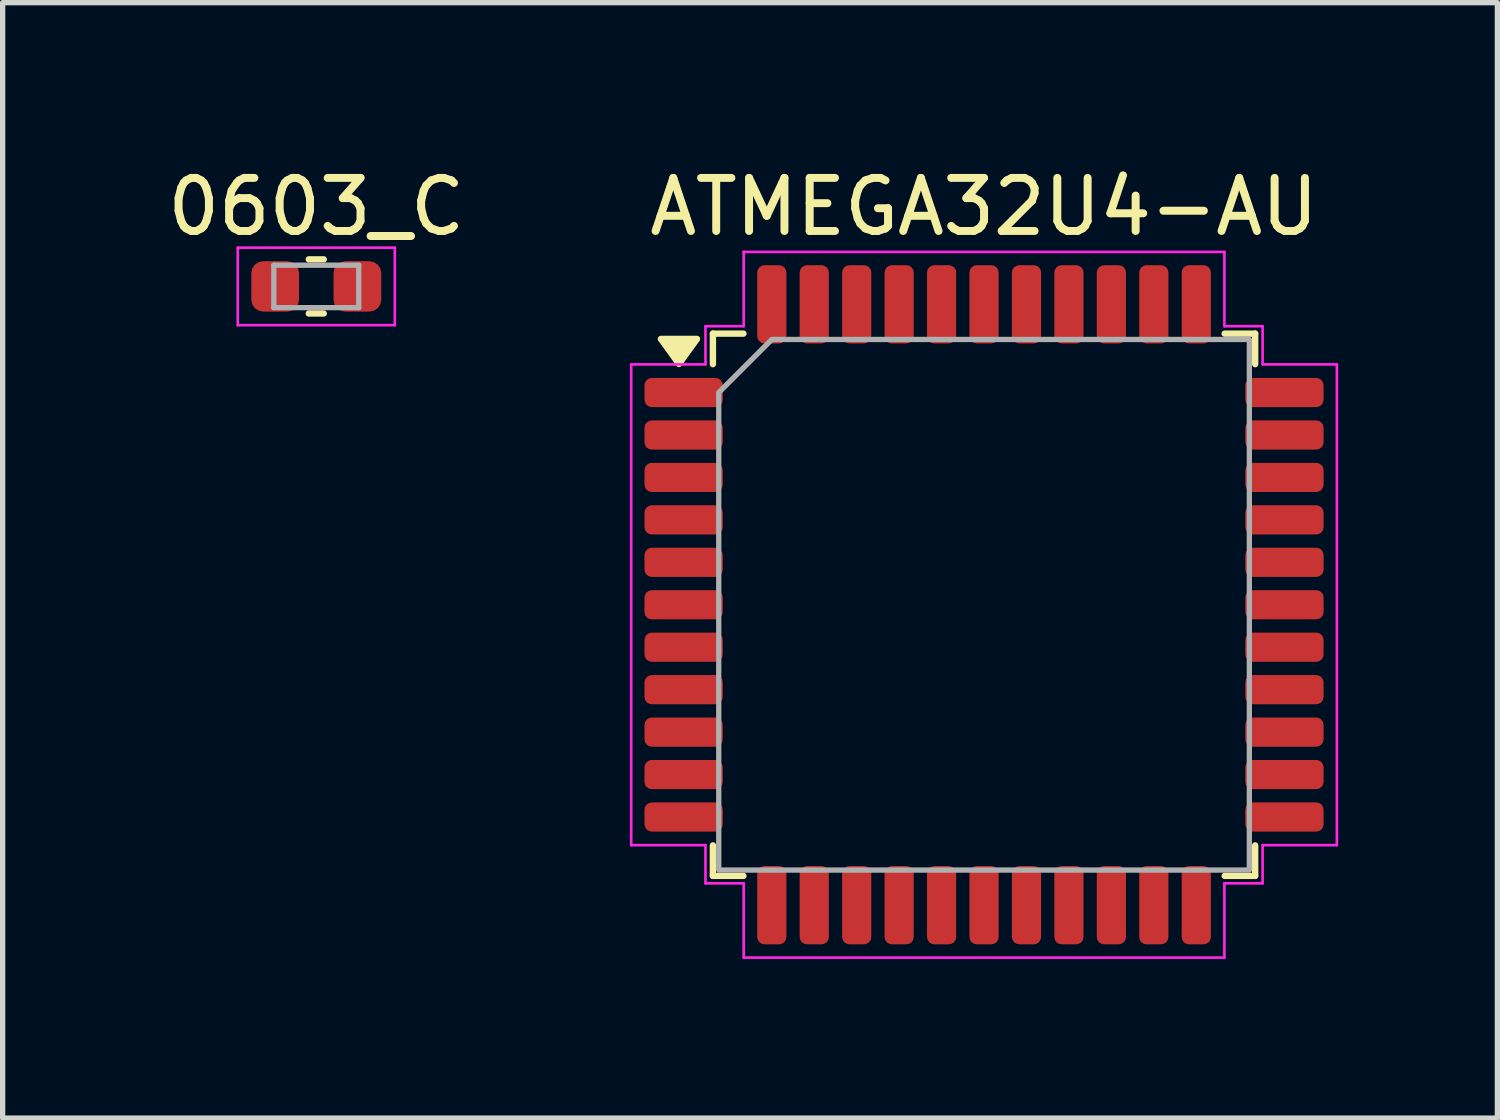
<source format=kicad_pcb>
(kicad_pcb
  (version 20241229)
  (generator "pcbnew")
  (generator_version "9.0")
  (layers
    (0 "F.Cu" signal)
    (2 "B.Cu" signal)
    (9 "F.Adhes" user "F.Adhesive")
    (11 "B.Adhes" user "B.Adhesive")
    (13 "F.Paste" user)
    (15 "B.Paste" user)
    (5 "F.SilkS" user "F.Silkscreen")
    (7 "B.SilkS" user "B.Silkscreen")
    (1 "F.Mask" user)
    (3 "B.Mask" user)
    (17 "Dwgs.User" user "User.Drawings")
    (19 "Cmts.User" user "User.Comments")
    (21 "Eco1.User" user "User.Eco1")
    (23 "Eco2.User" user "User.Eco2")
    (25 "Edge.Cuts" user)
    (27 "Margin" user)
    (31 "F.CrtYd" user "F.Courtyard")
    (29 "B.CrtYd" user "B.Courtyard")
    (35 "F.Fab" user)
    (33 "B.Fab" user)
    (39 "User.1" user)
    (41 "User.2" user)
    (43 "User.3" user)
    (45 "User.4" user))
  (footprint "ATMEGA32U4-AU"
    (layer "F.Cu")
    (at 15.496 8.348)
    (property "Reference" "ATMEGA32U4-AU" (at 0 -7.5 0) (layer "F.SilkS") (effects (font (size 1 1) (thickness 0.15))))
    (attr smd)
    (fp_line (start -5.11 -5.11) (end -4.535 -5.11) (stroke (width 0.12) (type solid)) (layer "F.SilkS"))
    (fp_line (start -5.11 -4.535) (end -5.11 -5.11) (stroke (width 0.12) (type solid)) (layer "F.SilkS"))
    (fp_line (start -5.11 5.11) (end -5.11 4.535) (stroke (width 0.12) (type solid)) (layer "F.SilkS"))
    (fp_line (start -4.535 5.11) (end -5.11 5.11) (stroke (width 0.12) (type solid)) (layer "F.SilkS"))
    (fp_line (start 4.535 -5.11) (end 5.11 -5.11) (stroke (width 0.12) (type solid)) (layer "F.SilkS"))
    (fp_line (start 5.11 -5.11) (end 5.11 -4.535) (stroke (width 0.12) (type solid)) (layer "F.SilkS"))
    (fp_line (start 5.11 4.535) (end 5.11 5.11) (stroke (width 0.12) (type solid)) (layer "F.SilkS"))
    (fp_line (start 5.11 5.11) (end 4.535 5.11) (stroke (width 0.12) (type solid)) (layer "F.SilkS"))
    (fp_poly (pts (xy -5.75 -4.54) (xy -6.09 -5.01) (xy -5.41 -5.01)) (stroke (width 0.12) (type solid)) (fill yes) (layer "F.SilkS"))
    (fp_line (start -6.65 -4.53) (end -5.25 -4.53) (stroke (width 0.05) (type solid)) (layer "F.CrtYd"))
    (fp_line (start -6.65 4.53) (end -6.65 -4.53) (stroke (width 0.05) (type solid)) (layer "F.CrtYd"))
    (fp_line (start -5.25 -5.25) (end -4.53 -5.25) (stroke (width 0.05) (type solid)) (layer "F.CrtYd"))
    (fp_line (start -5.25 -4.53) (end -5.25 -5.25) (stroke (width 0.05) (type solid)) (layer "F.CrtYd"))
    (fp_line (start -5.25 4.53) (end -6.65 4.53) (stroke (width 0.05) (type solid)) (layer "F.CrtYd"))
    (fp_line (start -5.25 5.25) (end -5.25 4.53) (stroke (width 0.05) (type solid)) (layer "F.CrtYd"))
    (fp_line (start -4.53 -6.65) (end 4.53 -6.65) (stroke (width 0.05) (type solid)) (layer "F.CrtYd"))
    (fp_line (start -4.53 -5.25) (end -4.53 -6.65) (stroke (width 0.05) (type solid)) (layer "F.CrtYd"))
    (fp_line (start -4.53 5.25) (end -5.25 5.25) (stroke (width 0.05) (type solid)) (layer "F.CrtYd"))
    (fp_line (start -4.53 6.65) (end -4.53 5.25) (stroke (width 0.05) (type solid)) (layer "F.CrtYd"))
    (fp_line (start 4.53 -6.65) (end 4.53 -5.25) (stroke (width 0.05) (type solid)) (layer "F.CrtYd"))
    (fp_line (start 4.53 -5.25) (end 5.25 -5.25) (stroke (width 0.05) (type solid)) (layer "F.CrtYd"))
    (fp_line (start 4.53 5.25) (end 4.53 6.65) (stroke (width 0.05) (type solid)) (layer "F.CrtYd"))
    (fp_line (start 4.53 6.65) (end -4.53 6.65) (stroke (width 0.05) (type solid)) (layer "F.CrtYd"))
    (fp_line (start 5.25 -5.25) (end 5.25 -4.53) (stroke (width 0.05) (type solid)) (layer "F.CrtYd"))
    (fp_line (start 5.25 -4.53) (end 6.65 -4.53) (stroke (width 0.05) (type solid)) (layer "F.CrtYd"))
    (fp_line (start 5.25 4.53) (end 5.25 5.25) (stroke (width 0.05) (type solid)) (layer "F.CrtYd"))
    (fp_line (start 5.25 5.25) (end 4.53 5.25) (stroke (width 0.05) (type solid)) (layer "F.CrtYd"))
    (fp_line (start 6.65 -4.53) (end 6.65 4.53) (stroke (width 0.05) (type solid)) (layer "F.CrtYd"))
    (fp_line (start 6.65 4.53) (end 5.25 4.53) (stroke (width 0.05) (type solid)) (layer "F.CrtYd"))
    (fp_poly (pts (xy -5 -4) (xy -5 5) (xy 5 5) (xy 5 -5) (xy -4 -5)) (stroke (width 0.1) (type solid)) (fill no) (layer "F.Fab"))
    (pad "1" smd roundrect (at -5.662 -4) (size 1.475 0.55) (layers "F.Cu" "F.Mask" "F.Paste") (roundrect_rratio 0.25))
    (pad "2" smd roundrect (at -5.662 -3.2) (size 1.475 0.55) (layers "F.Cu" "F.Mask" "F.Paste") (roundrect_rratio 0.25))
    (pad "3" smd roundrect (at -5.662 -2.4) (size 1.475 0.55) (layers "F.Cu" "F.Mask" "F.Paste") (roundrect_rratio 0.25))
    (pad "4" smd roundrect (at -5.662 -1.6) (size 1.475 0.55) (layers "F.Cu" "F.Mask" "F.Paste") (roundrect_rratio 0.25))
    (pad "5" smd roundrect (at -5.662 -0.8) (size 1.475 0.55) (layers "F.Cu" "F.Mask" "F.Paste") (roundrect_rratio 0.25))
    (pad "6" smd roundrect (at -5.662 0) (size 1.475 0.55) (layers "F.Cu" "F.Mask" "F.Paste") (roundrect_rratio 0.25))
    (pad "7" smd roundrect (at -5.662 0.8) (size 1.475 0.55) (layers "F.Cu" "F.Mask" "F.Paste") (roundrect_rratio 0.25))
    (pad "8" smd roundrect (at -5.662 1.6) (size 1.475 0.55) (layers "F.Cu" "F.Mask" "F.Paste") (roundrect_rratio 0.25))
    (pad "9" smd roundrect (at -5.662 2.4) (size 1.475 0.55) (layers "F.Cu" "F.Mask" "F.Paste") (roundrect_rratio 0.25))
    (pad "10" smd roundrect (at -5.662 3.2) (size 1.475 0.55) (layers "F.Cu" "F.Mask" "F.Paste") (roundrect_rratio 0.25))
    (pad "11" smd roundrect (at -5.662 4) (size 1.475 0.55) (layers "F.Cu" "F.Mask" "F.Paste") (roundrect_rratio 0.25))
    (pad "12" smd roundrect (at -4 5.662) (size 0.55 1.475) (layers "F.Cu" "F.Mask" "F.Paste") (roundrect_rratio 0.25))
    (pad "13" smd roundrect (at -3.2 5.662) (size 0.55 1.475) (layers "F.Cu" "F.Mask" "F.Paste") (roundrect_rratio 0.25))
    (pad "14" smd roundrect (at -2.4 5.662) (size 0.55 1.475) (layers "F.Cu" "F.Mask" "F.Paste") (roundrect_rratio 0.25))
    (pad "15" smd roundrect (at -1.6 5.662) (size 0.55 1.475) (layers "F.Cu" "F.Mask" "F.Paste") (roundrect_rratio 0.25))
    (pad "16" smd roundrect (at -0.8 5.662) (size 0.55 1.475) (layers "F.Cu" "F.Mask" "F.Paste") (roundrect_rratio 0.25))
    (pad "17" smd roundrect (at 0 5.662) (size 0.55 1.475) (layers "F.Cu" "F.Mask" "F.Paste") (roundrect_rratio 0.25))
    (pad "18" smd roundrect (at 0.8 5.662) (size 0.55 1.475) (layers "F.Cu" "F.Mask" "F.Paste") (roundrect_rratio 0.25))
    (pad "19" smd roundrect (at 1.6 5.662) (size 0.55 1.475) (layers "F.Cu" "F.Mask" "F.Paste") (roundrect_rratio 0.25))
    (pad "20" smd roundrect (at 2.4 5.662) (size 0.55 1.475) (layers "F.Cu" "F.Mask" "F.Paste") (roundrect_rratio 0.25))
    (pad "21" smd roundrect (at 3.2 5.662) (size 0.55 1.475) (layers "F.Cu" "F.Mask" "F.Paste") (roundrect_rratio 0.25))
    (pad "22" smd roundrect (at 4 5.662) (size 0.55 1.475) (layers "F.Cu" "F.Mask" "F.Paste") (roundrect_rratio 0.25))
    (pad "23" smd roundrect (at 5.662 4) (size 1.475 0.55) (layers "F.Cu" "F.Mask" "F.Paste") (roundrect_rratio 0.25))
    (pad "24" smd roundrect (at 5.662 3.2) (size 1.475 0.55) (layers "F.Cu" "F.Mask" "F.Paste") (roundrect_rratio 0.25))
    (pad "25" smd roundrect (at 5.662 2.4) (size 1.475 0.55) (layers "F.Cu" "F.Mask" "F.Paste") (roundrect_rratio 0.25))
    (pad "26" smd roundrect (at 5.662 1.6) (size 1.475 0.55) (layers "F.Cu" "F.Mask" "F.Paste") (roundrect_rratio 0.25))
    (pad "27" smd roundrect (at 5.662 0.8) (size 1.475 0.55) (layers "F.Cu" "F.Mask" "F.Paste") (roundrect_rratio 0.25))
    (pad "28" smd roundrect (at 5.662 0) (size 1.475 0.55) (layers "F.Cu" "F.Mask" "F.Paste") (roundrect_rratio 0.25))
    (pad "29" smd roundrect (at 5.662 -0.8) (size 1.475 0.55) (layers "F.Cu" "F.Mask" "F.Paste") (roundrect_rratio 0.25))
    (pad "30" smd roundrect (at 5.662 -1.6) (size 1.475 0.55) (layers "F.Cu" "F.Mask" "F.Paste") (roundrect_rratio 0.25))
    (pad "31" smd roundrect (at 5.662 -2.4) (size 1.475 0.55) (layers "F.Cu" "F.Mask" "F.Paste") (roundrect_rratio 0.25))
    (pad "32" smd roundrect (at 5.662 -3.2) (size 1.475 0.55) (layers "F.Cu" "F.Mask" "F.Paste") (roundrect_rratio 0.25))
    (pad "33" smd roundrect (at 5.662 -4) (size 1.475 0.55) (layers "F.Cu" "F.Mask" "F.Paste") (roundrect_rratio 0.25))
    (pad "34" smd roundrect (at 4 -5.662) (size 0.55 1.475) (layers "F.Cu" "F.Mask" "F.Paste") (roundrect_rratio 0.25))
    (pad "35" smd roundrect (at 3.2 -5.662) (size 0.55 1.475) (layers "F.Cu" "F.Mask" "F.Paste") (roundrect_rratio 0.25))
    (pad "36" smd roundrect (at 2.4 -5.662) (size 0.55 1.475) (layers "F.Cu" "F.Mask" "F.Paste") (roundrect_rratio 0.25))
    (pad "37" smd roundrect (at 1.6 -5.662) (size 0.55 1.475) (layers "F.Cu" "F.Mask" "F.Paste") (roundrect_rratio 0.25))
    (pad "38" smd roundrect (at 0.8 -5.662) (size 0.55 1.475) (layers "F.Cu" "F.Mask" "F.Paste") (roundrect_rratio 0.25))
    (pad "39" smd roundrect (at 0 -5.662) (size 0.55 1.475) (layers "F.Cu" "F.Mask" "F.Paste") (roundrect_rratio 0.25))
    (pad "40" smd roundrect (at -0.8 -5.662) (size 0.55 1.475) (layers "F.Cu" "F.Mask" "F.Paste") (roundrect_rratio 0.25))
    (pad "41" smd roundrect (at -1.6 -5.662) (size 0.55 1.475) (layers "F.Cu" "F.Mask" "F.Paste") (roundrect_rratio 0.25))
    (pad "42" smd roundrect (at -2.4 -5.662) (size 0.55 1.475) (layers "F.Cu" "F.Mask" "F.Paste") (roundrect_rratio 0.25))
    (pad "43" smd roundrect (at -3.2 -5.662) (size 0.55 1.475) (layers "F.Cu" "F.Mask" "F.Paste") (roundrect_rratio 0.25))
    (pad "44" smd roundrect (at -4 -5.662) (size 0.55 1.475) (layers "F.Cu" "F.Mask" "F.Paste") (roundrect_rratio 0.25)))
  (footprint "0603_C"
    (layer "F.Cu")
    (at 2.911 2.348)
    (property "Reference" "0603_C" (at 0 -1.5 0) (unlocked yes) (layer "F.SilkS") (effects (font (size 1 1) (thickness 0.15))))
    (attr smd)
    (fp_line (start -0.141 -0.51) (end 0.141 -0.51) (stroke (width 0.12) (type solid)) (layer "F.SilkS"))
    (fp_line (start -0.141 0.51) (end 0.141 0.51) (stroke (width 0.12) (type solid)) (layer "F.SilkS"))
    (fp_line (start -1.48 -0.73) (end 1.48 -0.73) (stroke (width 0.05) (type solid)) (layer "F.CrtYd"))
    (fp_line (start -1.48 0.73) (end -1.48 -0.73) (stroke (width 0.05) (type solid)) (layer "F.CrtYd"))
    (fp_line (start 1.48 -0.73) (end 1.48 0.73) (stroke (width 0.05) (type solid)) (layer "F.CrtYd"))
    (fp_line (start 1.48 0.73) (end -1.48 0.73) (stroke (width 0.05) (type solid)) (layer "F.CrtYd"))
    (fp_line (start -0.8 -0.4) (end 0.8 -0.4) (stroke (width 0.1) (type solid)) (layer "F.Fab"))
    (fp_line (start -0.8 0.4) (end -0.8 -0.4) (stroke (width 0.1) (type solid)) (layer "F.Fab"))
    (fp_line (start 0.8 -0.4) (end 0.8 0.4) (stroke (width 0.1) (type solid)) (layer "F.Fab"))
    (fp_line (start 0.8 0.4) (end -0.8 0.4) (stroke (width 0.1) (type solid)) (layer "F.Fab"))
    (pad "1" smd roundrect (at -0.775 0) (size 0.9 0.95) (layers "F.Cu" "F.Mask" "F.Paste") (roundrect_rratio 0.25))
    (pad "2" smd roundrect (at 0.775 0) (size 0.9 0.95) (layers "F.Cu" "F.Mask" "F.Paste") (roundrect_rratio 0.25)))
  (gr_rect
    (start -3 -3)
    (end 25.171 18.023)
    (stroke (width 0.1) (type default))
    (fill no)
    (layer "Edge.Cuts")))
</source>
